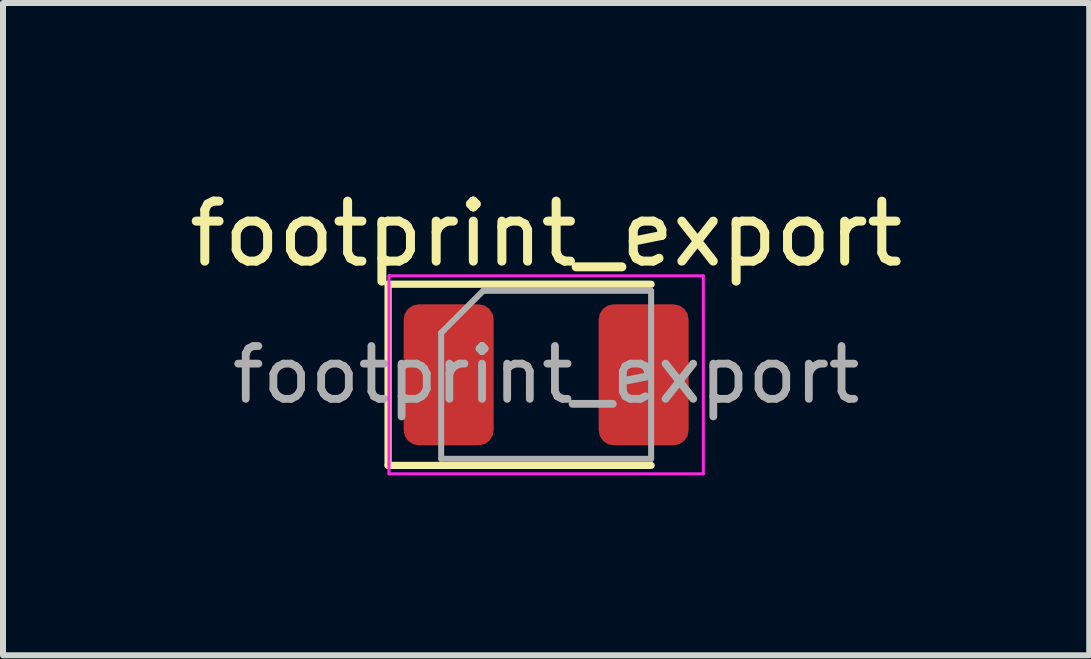
<source format=kicad_pcb>
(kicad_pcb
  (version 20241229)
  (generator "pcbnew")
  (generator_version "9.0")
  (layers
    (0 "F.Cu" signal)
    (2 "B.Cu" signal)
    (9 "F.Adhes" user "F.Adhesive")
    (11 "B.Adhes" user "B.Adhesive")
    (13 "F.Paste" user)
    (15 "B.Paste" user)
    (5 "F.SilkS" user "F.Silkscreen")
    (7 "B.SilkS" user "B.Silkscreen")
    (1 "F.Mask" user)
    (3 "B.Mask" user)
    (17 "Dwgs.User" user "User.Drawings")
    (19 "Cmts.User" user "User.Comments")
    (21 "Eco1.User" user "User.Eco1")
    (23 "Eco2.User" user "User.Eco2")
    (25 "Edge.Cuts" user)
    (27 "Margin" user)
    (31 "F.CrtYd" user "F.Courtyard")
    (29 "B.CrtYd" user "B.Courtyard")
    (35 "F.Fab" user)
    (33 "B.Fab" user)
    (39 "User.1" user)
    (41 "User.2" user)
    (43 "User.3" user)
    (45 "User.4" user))
  (footprint "footprint_export"
    (layer "F.Cu")
    (at 6.054 3.198)
    (property "Reference" "footprint_export" (at 0 -2.35 0) (layer "F.SilkS") (effects (font (size 1 1) (thickness 0.15))))
    (attr smd)
    (fp_line (start -2.635 -1.51) (end -2.635 1.51) (stroke (width 0.12) (type solid)) (layer "F.SilkS"))
    (fp_line (start -2.635 1.51) (end 1.75 1.51) (stroke (width 0.12) (type solid)) (layer "F.SilkS"))
    (fp_line (start 1.75 -1.51) (end -2.635 -1.51) (stroke (width 0.12) (type solid)) (layer "F.SilkS"))
    (fp_line (start -2.62 -1.65) (end 2.62 -1.65) (stroke (width 0.05) (type solid)) (layer "F.CrtYd"))
    (fp_line (start -2.62 1.65) (end -2.62 -1.65) (stroke (width 0.05) (type solid)) (layer "F.CrtYd"))
    (fp_line (start 2.62 -1.65) (end 2.62 1.65) (stroke (width 0.05) (type solid)) (layer "F.CrtYd"))
    (fp_line (start 2.62 1.65) (end -2.62 1.65) (stroke (width 0.05) (type solid)) (layer "F.CrtYd"))
    (fp_line (start -1.75 -0.7) (end -1.75 1.4) (stroke (width 0.1) (type solid)) (layer "F.Fab"))
    (fp_line (start -1.75 1.4) (end 1.75 1.4) (stroke (width 0.1) (type solid)) (layer "F.Fab"))
    (fp_line (start -1.05 -1.4) (end -1.75 -0.7) (stroke (width 0.1) (type solid)) (layer "F.Fab"))
    (fp_line (start 1.75 -1.4) (end -1.05 -1.4) (stroke (width 0.1) (type solid)) (layer "F.Fab"))
    (fp_line (start 1.75 1.4) (end 1.75 -1.4) (stroke (width 0.1) (type solid)) (layer "F.Fab"))
    (fp_text user "${REFERENCE}" (at 0 0 0) (layer "F.Fab") (effects (font (size 0.88 0.88) (thickness 0.13))))
    (pad "1" smd roundrect (at -1.625 0) (size 1.5 2.35) (layers "F.Cu" "F.Mask" "F.Paste") (roundrect_rratio 0.167))
    (pad "2" smd roundrect (at 1.625 0) (size 1.5 2.35) (layers "F.Cu" "F.Mask" "F.Paste") (roundrect_rratio 0.167)))
  (gr_rect
    (start -3 -3)
    (end 15.107 7.873)
    (stroke (width 0.1) (type default))
    (fill no)
    (layer "Edge.Cuts")))
</source>
